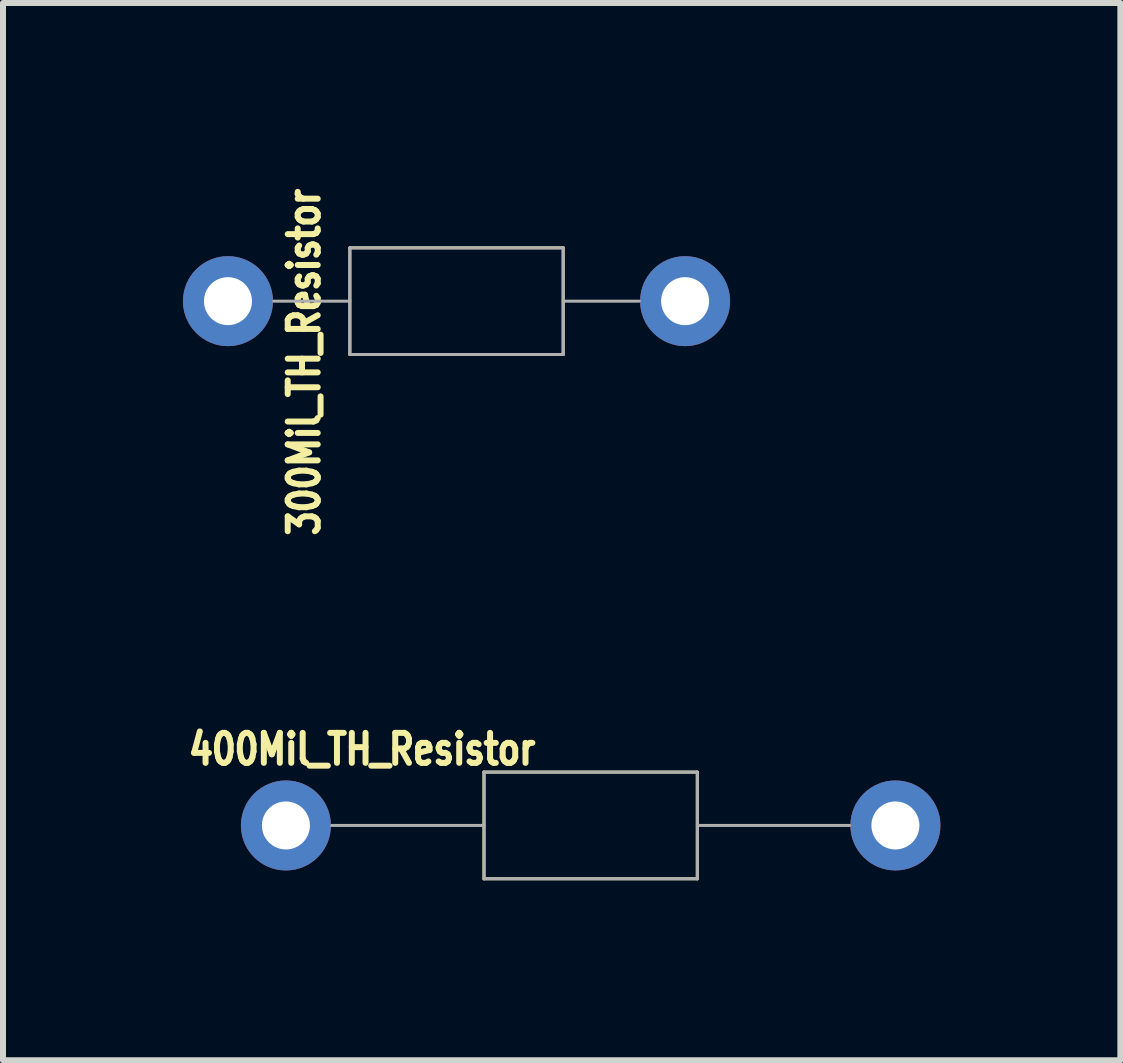
<source format=kicad_pcb>
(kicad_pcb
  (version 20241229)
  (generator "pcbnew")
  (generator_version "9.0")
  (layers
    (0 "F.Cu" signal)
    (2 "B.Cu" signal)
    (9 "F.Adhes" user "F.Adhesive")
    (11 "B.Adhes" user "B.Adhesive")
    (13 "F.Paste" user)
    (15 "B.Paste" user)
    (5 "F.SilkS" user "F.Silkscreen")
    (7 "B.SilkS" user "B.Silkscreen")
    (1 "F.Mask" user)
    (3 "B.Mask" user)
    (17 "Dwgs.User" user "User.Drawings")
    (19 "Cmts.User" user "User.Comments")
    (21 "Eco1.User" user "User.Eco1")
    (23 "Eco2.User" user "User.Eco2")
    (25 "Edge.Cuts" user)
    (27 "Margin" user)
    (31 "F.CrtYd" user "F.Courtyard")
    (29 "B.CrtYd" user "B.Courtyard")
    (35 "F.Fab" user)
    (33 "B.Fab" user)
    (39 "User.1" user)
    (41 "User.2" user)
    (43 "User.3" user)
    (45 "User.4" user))
  (footprint "300Mil_TH_Resistor"
    (placed yes)
    (layer "F.Cu")
    (at 0.75 1.97)
    (property "Reference" "300Mil_TH_Resistor" (at 1.27 1.016 90) (layer "F.SilkS") (effects (font (size 0.5 0.4) (thickness 0.1))))
    (attr through_hole)
    (fp_line (start 2.032 -0.889) (end 2.032 0.889) (stroke (width 0.05) (type solid)) (layer "F.SilkS"))
    (fp_line (start 2.032 -0.889) (end 5.588 -0.889) (stroke (width 0.05) (type solid)) (layer "F.SilkS"))
    (fp_line (start 2.032 0.889) (end 5.588 0.889) (stroke (width 0.05) (type solid)) (layer "F.SilkS"))
    (fp_line (start 5.588 -0.889) (end 5.588 0.889) (stroke (width 0.05) (type solid)) (layer "F.SilkS"))
    (fp_line (start 0.762 0) (end 2.032 0) (stroke (width 0.05) (type solid)) (layer "F.Fab"))
    (fp_line (start 2.032 -0.889) (end 2.032 0.889) (stroke (width 0.05) (type solid)) (layer "F.Fab"))
    (fp_line (start 2.032 -0.889) (end 5.588 -0.889) (stroke (width 0.05) (type solid)) (layer "F.Fab"))
    (fp_line (start 2.032 0.889) (end 5.588 0.889) (stroke (width 0.05) (type solid)) (layer "F.Fab"))
    (fp_line (start 5.588 -0.889) (end 5.588 0.889) (stroke (width 0.05) (type solid)) (layer "F.Fab"))
    (fp_line (start 5.588 0) (end 6.858 0) (stroke (width 0.05) (type solid)) (layer "F.Fab"))
    (pad "1" thru_hole circle (at 0 0) (size 1.5 1.5) (drill 0.8) (layers "*.Cu" "*.Mask"))
    (pad "2" thru_hole circle (at 7.62 0) (size 1.5 1.5) (drill 0.8) (layers "*.Cu" "*.Mask")))
  (footprint "400Mil_TH_Resistor"
    (placed yes)
    (layer "F.Cu")
    (at 1.716 10.71)
    (property "Reference" "400Mil_TH_Resistor" (at 1.27 -1.27 180) (layer "F.SilkS") (effects (font (size 0.5 0.4) (thickness 0.1))))
    (attr through_hole)
    (fp_line (start 3.302 -0.889) (end 3.302 0.889) (stroke (width 0.05) (type solid)) (layer "F.SilkS"))
    (fp_line (start 3.302 -0.889) (end 6.858 -0.889) (stroke (width 0.05) (type solid)) (layer "F.SilkS"))
    (fp_line (start 3.302 0.889) (end 6.858 0.889) (stroke (width 0.05) (type solid)) (layer "F.SilkS"))
    (fp_line (start 6.858 -0.889) (end 6.858 0.889) (stroke (width 0.05) (type solid)) (layer "F.SilkS"))
    (fp_line (start 0.762 0) (end 3.302 0) (stroke (width 0.05) (type solid)) (layer "F.Fab"))
    (fp_line (start 3.302 -0.889) (end 3.302 0.889) (stroke (width 0.05) (type solid)) (layer "F.Fab"))
    (fp_line (start 3.302 -0.889) (end 6.858 -0.889) (stroke (width 0.05) (type solid)) (layer "F.Fab"))
    (fp_line (start 3.302 0.889) (end 6.858 0.889) (stroke (width 0.05) (type solid)) (layer "F.Fab"))
    (fp_line (start 6.858 -0.889) (end 6.858 0.889) (stroke (width 0.05) (type solid)) (layer "F.Fab"))
    (fp_line (start 6.858 0) (end 9.398 0) (stroke (width 0.05) (type solid)) (layer "F.Fab"))
    (pad "1" thru_hole circle (at 0 0) (size 1.5 1.5) (drill 0.8) (layers "*.Cu" "*.Mask"))
    (pad "2" thru_hole circle (at 10.16 0) (size 1.5 1.5) (drill 0.8) (layers "*.Cu" "*.Mask")))
  (gr_rect
    (start -3 -3)
    (end 15.626 14.624)
    (stroke (width 0.1) (type default))
    (fill no)
    (layer "Edge.Cuts")))
</source>
